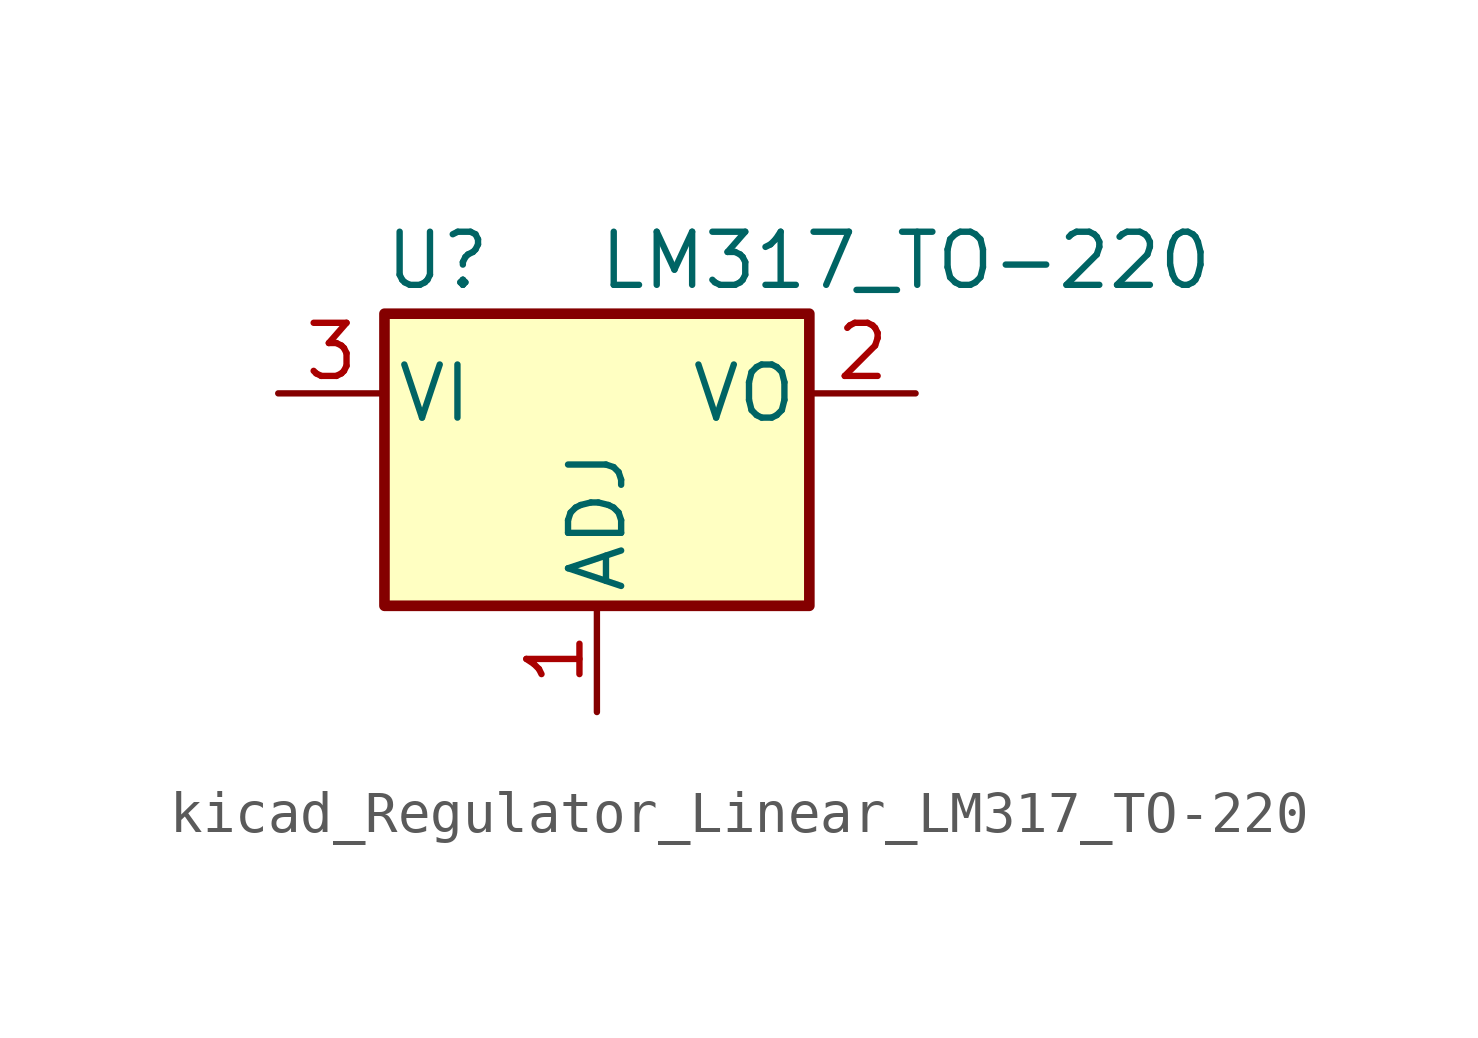
<source format=kicad_sym>
(kicad_symbol_lib
  (version 20220914)
  (generator kicad_symbol_editor)
  (symbol "kicad_Regulator_Linear_LM317_TO-220"
    (pin_names
      (offset 0.254))
    (property "Reference" "U"
      (at -3.81 3.175 0)
      (effects (font (size 1.27 1.27))))
    (property "Value" "LM317_TO-220"
      (at 0 3.175 0)
      (effects (font (size 1.27 1.27)) (justify left)))
    (symbol "kicad_Regulator_Linear_LM317_TO-220_0_1"
      (rectangle (start -5.08 1.905) (end 5.08 -5.08) (stroke (width 0.254) (type default)) (fill (type background))))
    (symbol "kicad_Regulator_Linear_LM317_TO-220_1_1"
      (pin input line (at 0 -7.62 90) (length 2.54) (name "ADJ" (effects (font (size 1.27 1.27)))) (number "1" (effects (font (size 1.27 1.27)))))
      (pin power_out line (at 7.62 0 180) (length 2.54) (name "VO" (effects (font (size 1.27 1.27)))) (number "2" (effects (font (size 1.27 1.27)))))
      (pin power_in line (at -7.62 0 0) (length 2.54) (name "VI" (effects (font (size 1.27 1.27)))) (number "3" (effects (font (size 1.27 1.27))))))))
</source>
